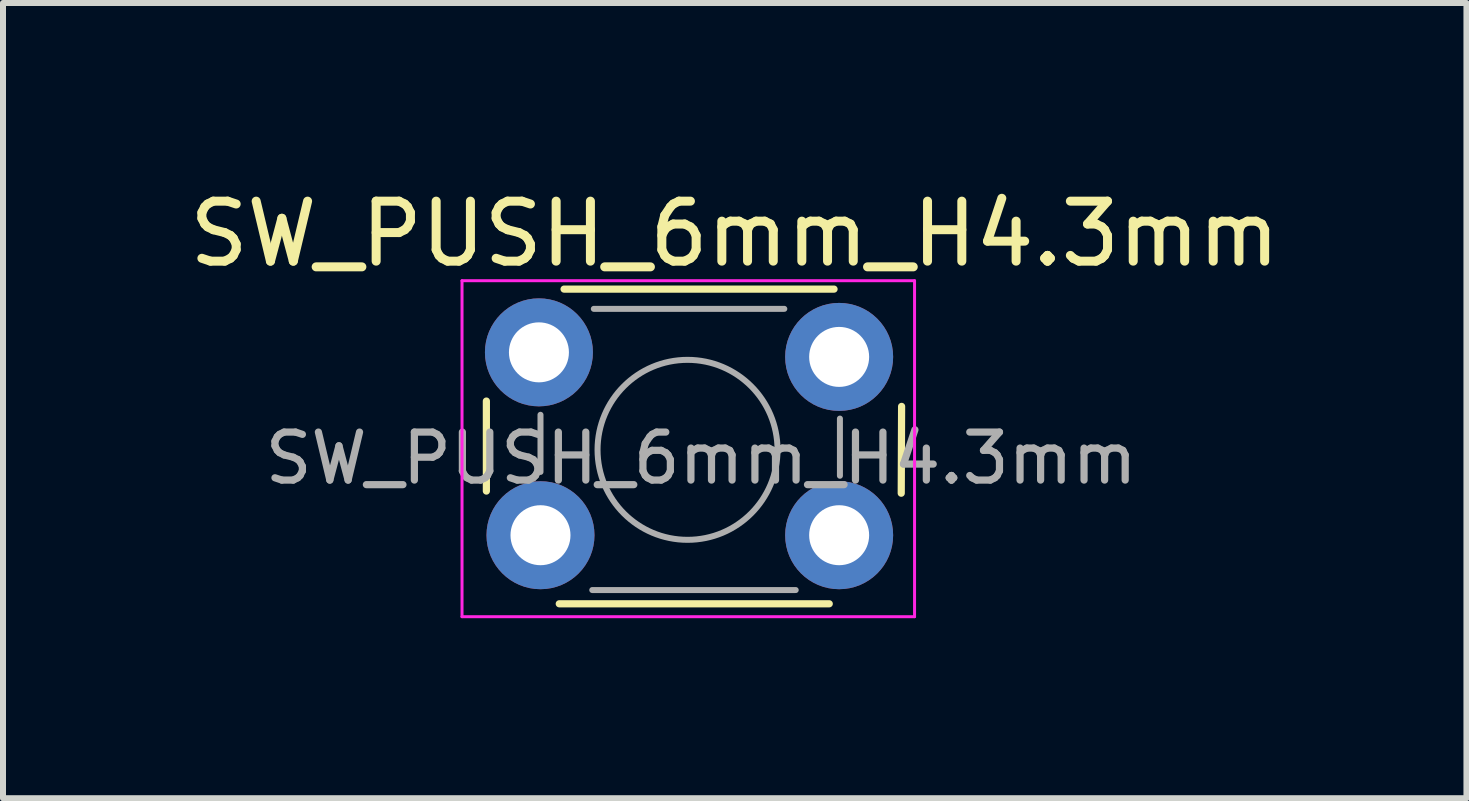
<source format=kicad_pcb>
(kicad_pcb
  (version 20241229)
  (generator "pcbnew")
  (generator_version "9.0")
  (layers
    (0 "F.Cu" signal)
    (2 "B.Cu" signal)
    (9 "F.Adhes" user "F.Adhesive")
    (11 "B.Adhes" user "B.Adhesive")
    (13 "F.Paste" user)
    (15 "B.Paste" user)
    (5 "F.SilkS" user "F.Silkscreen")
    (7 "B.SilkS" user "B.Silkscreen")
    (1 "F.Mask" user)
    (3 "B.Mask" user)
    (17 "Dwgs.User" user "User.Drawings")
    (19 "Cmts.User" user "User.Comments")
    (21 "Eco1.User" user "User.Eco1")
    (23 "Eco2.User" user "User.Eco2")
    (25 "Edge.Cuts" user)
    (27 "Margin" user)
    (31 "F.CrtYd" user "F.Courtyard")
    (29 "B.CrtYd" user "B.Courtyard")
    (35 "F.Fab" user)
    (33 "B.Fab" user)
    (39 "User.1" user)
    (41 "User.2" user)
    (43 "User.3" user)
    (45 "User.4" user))
  (footprint "SW_PUSH_6mm_H4.3mm"
    (layer "F.Cu")
    (at 5.946 2.848)
    (property "Reference" "SW_PUSH_6mm_H4.3mm" (at 3.25 -2 0) (layer "F.SilkS") (effects (font (size 1 1) (thickness 0.15))))
    (attr through_hole)
    (fp_line (start -0.889 0.787) (end -0.889 2.287) (stroke (width 0.12) (type solid)) (layer "F.SilkS"))
    (fp_line (start 0.326 4.166) (end 4.826 4.166) (stroke (width 0.12) (type solid)) (layer "F.SilkS"))
    (fp_line (start 4.906 -1.079) (end 0.406 -1.079) (stroke (width 0.12) (type solid)) (layer "F.SilkS"))
    (fp_line (start 6.026 2.323) (end 6.032 0.876) (stroke (width 0.12) (type solid)) (layer "F.SilkS"))
    (fp_line (start -1.295 -1.219) (end 6.248 -1.219) (stroke (width 0.05) (type solid)) (layer "F.CrtYd"))
    (fp_line (start -1.295 4.381) (end -1.295 -1.219) (stroke (width 0.05) (type solid)) (layer "F.CrtYd"))
    (fp_line (start 6.248 -1.219) (end 6.248 4.381) (stroke (width 0.05) (type solid)) (layer "F.CrtYd"))
    (fp_line (start 6.248 4.381) (end -1.295 4.381) (stroke (width 0.05) (type solid)) (layer "F.CrtYd"))
    (fp_line (start 0.013 1.968) (end 0.013 1.016) (stroke (width 0.1) (type solid)) (layer "F.Fab"))
    (fp_line (start 0.902 -0.75) (end 4.077 -0.75) (stroke (width 0.1) (type solid)) (layer "F.Fab"))
    (fp_line (start 4.267 3.937) (end 0.876 3.937) (stroke (width 0.1) (type solid)) (layer "F.Fab"))
    (fp_line (start 5.004 1.079) (end 5.004 2.032) (stroke (width 0.1) (type solid)) (layer "F.Fab"))
    (fp_circle (center 2.464 1.6) (end 3.964 1.6) (stroke (width 0.1) (type solid)) (fill no) (layer "F.Fab"))
    (fp_text user "${REFERENCE}" (at 2.692 1.74 0) (layer "F.Fab") (effects (font (size 0.8 0.8) (thickness 0.12))))
    (pad "1" thru_hole circle (at -0.013 -0.025 90) (size 1.8 1.8) (drill 1) (layers "*.Cu" "*.Mask"))
    (pad "1" thru_hole circle (at 4.991 0.051 90) (size 1.8 1.8) (drill 1) (layers "*.Cu" "*.Mask"))
    (pad "2" thru_hole circle (at 0.013 3.023 90) (size 1.8 1.8) (drill 1) (layers "*.Cu" "*.Mask"))
    (pad "2" thru_hole circle (at 4.991 3.023 90) (size 1.8 1.8) (drill 1) (layers "*.Cu" "*.Mask")))
  (gr_rect
    (start -3 -3)
    (end 21.393 10.255)
    (stroke (width 0.1) (type default))
    (fill no)
    (layer "Edge.Cuts")))
</source>
